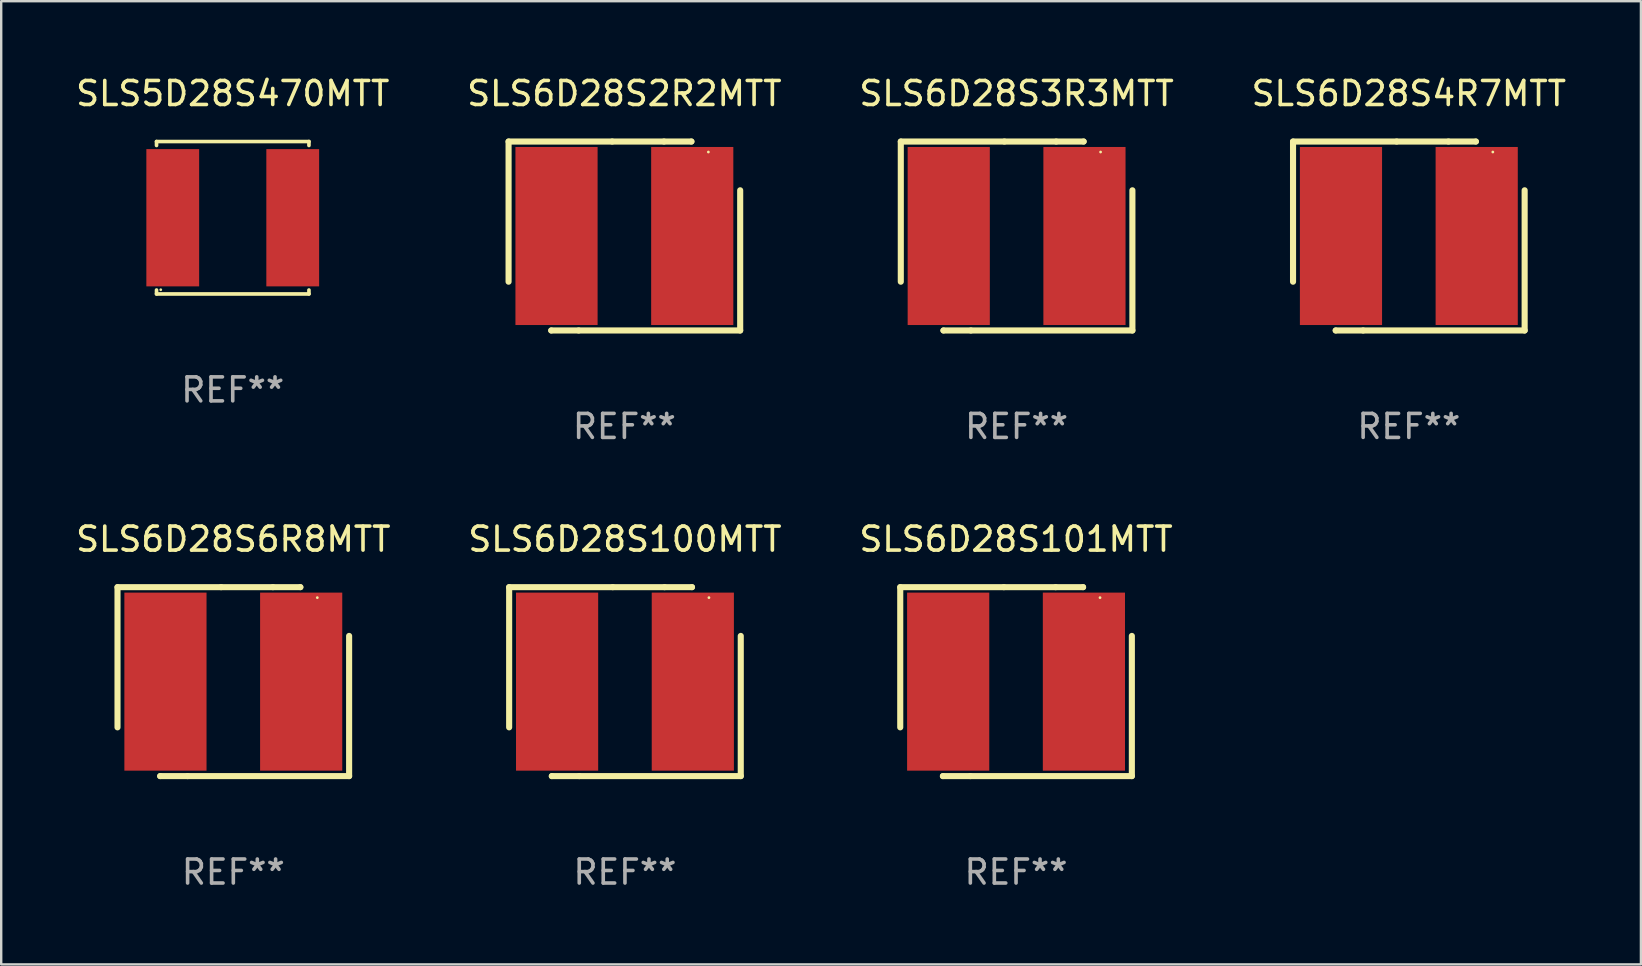
<source format=kicad_pcb>
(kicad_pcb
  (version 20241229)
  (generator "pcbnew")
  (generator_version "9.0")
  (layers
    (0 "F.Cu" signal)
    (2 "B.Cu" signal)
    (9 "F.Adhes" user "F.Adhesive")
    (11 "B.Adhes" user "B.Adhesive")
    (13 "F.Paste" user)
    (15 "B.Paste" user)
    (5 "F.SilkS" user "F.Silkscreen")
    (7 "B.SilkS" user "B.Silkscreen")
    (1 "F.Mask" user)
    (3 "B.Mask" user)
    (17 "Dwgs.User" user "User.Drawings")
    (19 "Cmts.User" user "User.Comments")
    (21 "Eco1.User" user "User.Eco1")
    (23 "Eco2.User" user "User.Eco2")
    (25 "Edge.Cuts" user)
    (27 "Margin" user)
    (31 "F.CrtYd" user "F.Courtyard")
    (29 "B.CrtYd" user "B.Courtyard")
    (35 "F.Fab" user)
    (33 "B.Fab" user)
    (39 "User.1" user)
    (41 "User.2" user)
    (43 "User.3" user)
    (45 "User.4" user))
  (footprint "SLS6D28S101MTT"
    (layer "F.Cu")
    (at 39.292 25.356)
    (property "Reference" "SLS6D28S101MTT" (at 0 -5.937 0) (layer "F.SilkS") (effects (font (size 1 1) (thickness 0.15))))
    (attr through_hole)
    (fp_line (start -4.826 -3.937) (end -0.508 -3.937) (stroke (width 0.254) (type solid)) (layer "F.SilkS"))
    (fp_line (start -4.826 1.905) (end -4.826 -3.937) (stroke (width 0.254) (type solid)) (layer "F.SilkS"))
    (fp_line (start -3.048 3.937) (end -3.048 3.937) (stroke (width 0.254) (type solid)) (layer "F.SilkS"))
    (fp_line (start -1.905 3.937) (end -3.048 3.937) (stroke (width 0.254) (type solid)) (layer "F.SilkS"))
    (fp_line (start -0.508 -3.937) (end 1.651 -3.937) (stroke (width 0.254) (type solid)) (layer "F.SilkS"))
    (fp_line (start 1.651 -3.937) (end 2.794 -3.937) (stroke (width 0.254) (type solid)) (layer "F.SilkS"))
    (fp_line (start 2.794 -3.937) (end 2.794 -3.937) (stroke (width 0.254) (type solid)) (layer "F.SilkS"))
    (fp_line (start 4.826 -1.905) (end 4.826 3.937) (stroke (width 0.254) (type solid)) (layer "F.SilkS"))
    (fp_line (start 4.826 3.937) (end -1.905 3.937) (stroke (width 0.254) (type solid)) (layer "F.SilkS"))
    (fp_circle (center 3.5 -3.5) (end 3.53 -3.5) (stroke (width 0.06) (type solid)) (fill no) (layer "F.SilkS"))
    (fp_text user "REF**" (at 0 7.937 0) (layer "F.Fab") (effects (font (size 1 1) (thickness 0.15))))
    (pad "1" smd rect (at 2.828 0) (size 3.424 7.42) (layers "F.Cu" "F.Mask" "F.Paste"))
    (pad "2" smd rect (at -2.828 0) (size 3.424 7.42) (layers "F.Cu" "F.Mask" "F.Paste")))
  (footprint "SLS6D28S2R2MTT"
    (layer "F.Cu")
    (at 22.97 6.785)
    (property "Reference" "SLS6D28S2R2MTT" (at 0 -5.937 0) (layer "F.SilkS") (effects (font (size 1 1) (thickness 0.15))))
    (attr through_hole)
    (fp_line (start -4.826 -3.937) (end -0.508 -3.937) (stroke (width 0.254) (type solid)) (layer "F.SilkS"))
    (fp_line (start -4.826 1.905) (end -4.826 -3.937) (stroke (width 0.254) (type solid)) (layer "F.SilkS"))
    (fp_line (start -3.048 3.937) (end -3.048 3.937) (stroke (width 0.254) (type solid)) (layer "F.SilkS"))
    (fp_line (start -1.905 3.937) (end -3.048 3.937) (stroke (width 0.254) (type solid)) (layer "F.SilkS"))
    (fp_line (start -0.508 -3.937) (end 1.651 -3.937) (stroke (width 0.254) (type solid)) (layer "F.SilkS"))
    (fp_line (start 1.651 -3.937) (end 2.794 -3.937) (stroke (width 0.254) (type solid)) (layer "F.SilkS"))
    (fp_line (start 2.794 -3.937) (end 2.794 -3.937) (stroke (width 0.254) (type solid)) (layer "F.SilkS"))
    (fp_line (start 4.826 -1.905) (end 4.826 3.937) (stroke (width 0.254) (type solid)) (layer "F.SilkS"))
    (fp_line (start 4.826 3.937) (end -1.905 3.937) (stroke (width 0.254) (type solid)) (layer "F.SilkS"))
    (fp_circle (center 3.5 -3.5) (end 3.53 -3.5) (stroke (width 0.06) (type solid)) (fill no) (layer "F.SilkS"))
    (fp_text user "REF**" (at 0 7.937 0) (layer "F.Fab") (effects (font (size 1 1) (thickness 0.15))))
    (pad "1" smd rect (at 2.828 0) (size 3.424 7.42) (layers "F.Cu" "F.Mask" "F.Paste"))
    (pad "2" smd rect (at -2.828 0) (size 3.424 7.42) (layers "F.Cu" "F.Mask" "F.Paste")))
  (footprint "SLS6D28S4R7MTT"
    (layer "F.Cu")
    (at 55.661 6.785)
    (property "Reference" "SLS6D28S4R7MTT" (at 0 -5.937 0) (layer "F.SilkS") (effects (font (size 1 1) (thickness 0.15))))
    (attr through_hole)
    (fp_line (start -4.826 -3.937) (end -0.508 -3.937) (stroke (width 0.254) (type solid)) (layer "F.SilkS"))
    (fp_line (start -4.826 1.905) (end -4.826 -3.937) (stroke (width 0.254) (type solid)) (layer "F.SilkS"))
    (fp_line (start -3.048 3.937) (end -3.048 3.937) (stroke (width 0.254) (type solid)) (layer "F.SilkS"))
    (fp_line (start -1.905 3.937) (end -3.048 3.937) (stroke (width 0.254) (type solid)) (layer "F.SilkS"))
    (fp_line (start -0.508 -3.937) (end 1.651 -3.937) (stroke (width 0.254) (type solid)) (layer "F.SilkS"))
    (fp_line (start 1.651 -3.937) (end 2.794 -3.937) (stroke (width 0.254) (type solid)) (layer "F.SilkS"))
    (fp_line (start 2.794 -3.937) (end 2.794 -3.937) (stroke (width 0.254) (type solid)) (layer "F.SilkS"))
    (fp_line (start 4.826 -1.905) (end 4.826 3.937) (stroke (width 0.254) (type solid)) (layer "F.SilkS"))
    (fp_line (start 4.826 3.937) (end -1.905 3.937) (stroke (width 0.254) (type solid)) (layer "F.SilkS"))
    (fp_circle (center 3.5 -3.5) (end 3.53 -3.5) (stroke (width 0.06) (type solid)) (fill no) (layer "F.SilkS"))
    (fp_text user "REF**" (at 0 7.937 0) (layer "F.Fab") (effects (font (size 1 1) (thickness 0.15))))
    (pad "1" smd rect (at 2.828 0) (size 3.424 7.42) (layers "F.Cu" "F.Mask" "F.Paste"))
    (pad "2" smd rect (at -2.828 0) (size 3.424 7.42) (layers "F.Cu" "F.Mask" "F.Paste")))
  (footprint "SLS6D28S3R3MTT"
    (layer "F.Cu")
    (at 39.315 6.785)
    (property "Reference" "SLS6D28S3R3MTT" (at 0 -5.937 0) (layer "F.SilkS") (effects (font (size 1 1) (thickness 0.15))))
    (attr through_hole)
    (fp_line (start -4.826 -3.937) (end -0.508 -3.937) (stroke (width 0.254) (type solid)) (layer "F.SilkS"))
    (fp_line (start -4.826 1.905) (end -4.826 -3.937) (stroke (width 0.254) (type solid)) (layer "F.SilkS"))
    (fp_line (start -3.048 3.937) (end -3.048 3.937) (stroke (width 0.254) (type solid)) (layer "F.SilkS"))
    (fp_line (start -1.905 3.937) (end -3.048 3.937) (stroke (width 0.254) (type solid)) (layer "F.SilkS"))
    (fp_line (start -0.508 -3.937) (end 1.651 -3.937) (stroke (width 0.254) (type solid)) (layer "F.SilkS"))
    (fp_line (start 1.651 -3.937) (end 2.794 -3.937) (stroke (width 0.254) (type solid)) (layer "F.SilkS"))
    (fp_line (start 2.794 -3.937) (end 2.794 -3.937) (stroke (width 0.254) (type solid)) (layer "F.SilkS"))
    (fp_line (start 4.826 -1.905) (end 4.826 3.937) (stroke (width 0.254) (type solid)) (layer "F.SilkS"))
    (fp_line (start 4.826 3.937) (end -1.905 3.937) (stroke (width 0.254) (type solid)) (layer "F.SilkS"))
    (fp_circle (center 3.5 -3.5) (end 3.53 -3.5) (stroke (width 0.06) (type solid)) (fill no) (layer "F.SilkS"))
    (fp_text user "REF**" (at 0 7.937 0) (layer "F.Fab") (effects (font (size 1 1) (thickness 0.15))))
    (pad "1" smd rect (at 2.828 0) (size 3.424 7.42) (layers "F.Cu" "F.Mask" "F.Paste"))
    (pad "2" smd rect (at -2.828 0) (size 3.424 7.42) (layers "F.Cu" "F.Mask" "F.Paste")))
  (footprint "SLS5D28S470MTT"
    (layer "F.Cu")
    (at 6.649 6.024)
    (property "Reference" "SLS5D28S470MTT" (at 0 -5.176 0) (layer "F.SilkS") (effects (font (size 1 1) (thickness 0.15))))
    (attr through_hole)
    (fp_line (start -3.176 -3.176) (end 3.176 -3.176) (stroke (width 0.152) (type solid)) (layer "F.SilkS"))
    (fp_line (start -3.176 -3.012) (end -3.176 -3.176) (stroke (width 0.152) (type solid)) (layer "F.SilkS"))
    (fp_line (start -3.176 3.012) (end -3.176 3.176) (stroke (width 0.152) (type solid)) (layer "F.SilkS"))
    (fp_line (start -3.176 3.176) (end 3.176 3.176) (stroke (width 0.152) (type solid)) (layer "F.SilkS"))
    (fp_line (start 3.176 -3.176) (end 3.176 -3.012) (stroke (width 0.152) (type solid)) (layer "F.SilkS"))
    (fp_line (start 3.176 3.176) (end 3.176 3.012) (stroke (width 0.152) (type solid)) (layer "F.SilkS"))
    (fp_circle (center -3 3) (end -2.97 3) (stroke (width 0.06) (type solid)) (fill no) (layer "F.SilkS"))
    (fp_text user "REF**" (at 0 7.176 0) (layer "F.Fab") (effects (font (size 1 1) (thickness 0.15))))
    (pad "1" smd rect (at -2.5 0) (size 2.2 5.72) (layers "F.Cu" "F.Mask" "F.Paste"))
    (pad "2" smd rect (at 2.5 0) (size 2.2 5.72) (layers "F.Cu" "F.Mask" "F.Paste")))
  (footprint "SLS6D28S6R8MTT"
    (layer "F.Cu")
    (at 6.673 25.356)
    (property "Reference" "SLS6D28S6R8MTT" (at 0 -5.937 0) (layer "F.SilkS") (effects (font (size 1 1) (thickness 0.15))))
    (attr through_hole)
    (fp_line (start -4.826 -3.937) (end -0.508 -3.937) (stroke (width 0.254) (type solid)) (layer "F.SilkS"))
    (fp_line (start -4.826 1.905) (end -4.826 -3.937) (stroke (width 0.254) (type solid)) (layer "F.SilkS"))
    (fp_line (start -3.048 3.937) (end -3.048 3.937) (stroke (width 0.254) (type solid)) (layer "F.SilkS"))
    (fp_line (start -1.905 3.937) (end -3.048 3.937) (stroke (width 0.254) (type solid)) (layer "F.SilkS"))
    (fp_line (start -0.508 -3.937) (end 1.651 -3.937) (stroke (width 0.254) (type solid)) (layer "F.SilkS"))
    (fp_line (start 1.651 -3.937) (end 2.794 -3.937) (stroke (width 0.254) (type solid)) (layer "F.SilkS"))
    (fp_line (start 2.794 -3.937) (end 2.794 -3.937) (stroke (width 0.254) (type solid)) (layer "F.SilkS"))
    (fp_line (start 4.826 -1.905) (end 4.826 3.937) (stroke (width 0.254) (type solid)) (layer "F.SilkS"))
    (fp_line (start 4.826 3.937) (end -1.905 3.937) (stroke (width 0.254) (type solid)) (layer "F.SilkS"))
    (fp_circle (center 3.5 -3.5) (end 3.53 -3.5) (stroke (width 0.06) (type solid)) (fill no) (layer "F.SilkS"))
    (fp_text user "REF**" (at 0 7.937 0) (layer "F.Fab") (effects (font (size 1 1) (thickness 0.15))))
    (pad "1" smd rect (at 2.828 0) (size 3.424 7.42) (layers "F.Cu" "F.Mask" "F.Paste"))
    (pad "2" smd rect (at -2.828 0) (size 3.424 7.42) (layers "F.Cu" "F.Mask" "F.Paste")))
  (footprint "SLS6D28S100MTT"
    (layer "F.Cu")
    (at 22.994 25.356)
    (property "Reference" "SLS6D28S100MTT" (at 0 -5.937 0) (layer "F.SilkS") (effects (font (size 1 1) (thickness 0.15))))
    (attr through_hole)
    (fp_line (start -4.826 -3.937) (end -0.508 -3.937) (stroke (width 0.254) (type solid)) (layer "F.SilkS"))
    (fp_line (start -4.826 1.905) (end -4.826 -3.937) (stroke (width 0.254) (type solid)) (layer "F.SilkS"))
    (fp_line (start -3.048 3.937) (end -3.048 3.937) (stroke (width 0.254) (type solid)) (layer "F.SilkS"))
    (fp_line (start -1.905 3.937) (end -3.048 3.937) (stroke (width 0.254) (type solid)) (layer "F.SilkS"))
    (fp_line (start -0.508 -3.937) (end 1.651 -3.937) (stroke (width 0.254) (type solid)) (layer "F.SilkS"))
    (fp_line (start 1.651 -3.937) (end 2.794 -3.937) (stroke (width 0.254) (type solid)) (layer "F.SilkS"))
    (fp_line (start 2.794 -3.937) (end 2.794 -3.937) (stroke (width 0.254) (type solid)) (layer "F.SilkS"))
    (fp_line (start 4.826 -1.905) (end 4.826 3.937) (stroke (width 0.254) (type solid)) (layer "F.SilkS"))
    (fp_line (start 4.826 3.937) (end -1.905 3.937) (stroke (width 0.254) (type solid)) (layer "F.SilkS"))
    (fp_circle (center 3.5 -3.5) (end 3.53 -3.5) (stroke (width 0.06) (type solid)) (fill no) (layer "F.SilkS"))
    (fp_text user "REF**" (at 0 7.937 0) (layer "F.Fab") (effects (font (size 1 1) (thickness 0.15))))
    (pad "1" smd rect (at 2.828 0) (size 3.424 7.42) (layers "F.Cu" "F.Mask" "F.Paste"))
    (pad "2" smd rect (at -2.828 0) (size 3.424 7.42) (layers "F.Cu" "F.Mask" "F.Paste")))
  (gr_rect
    (start -3 -3)
    (end 65.333 37.141)
    (stroke (width 0.1) (type default))
    (fill no)
    (layer "Edge.Cuts")))
</source>
